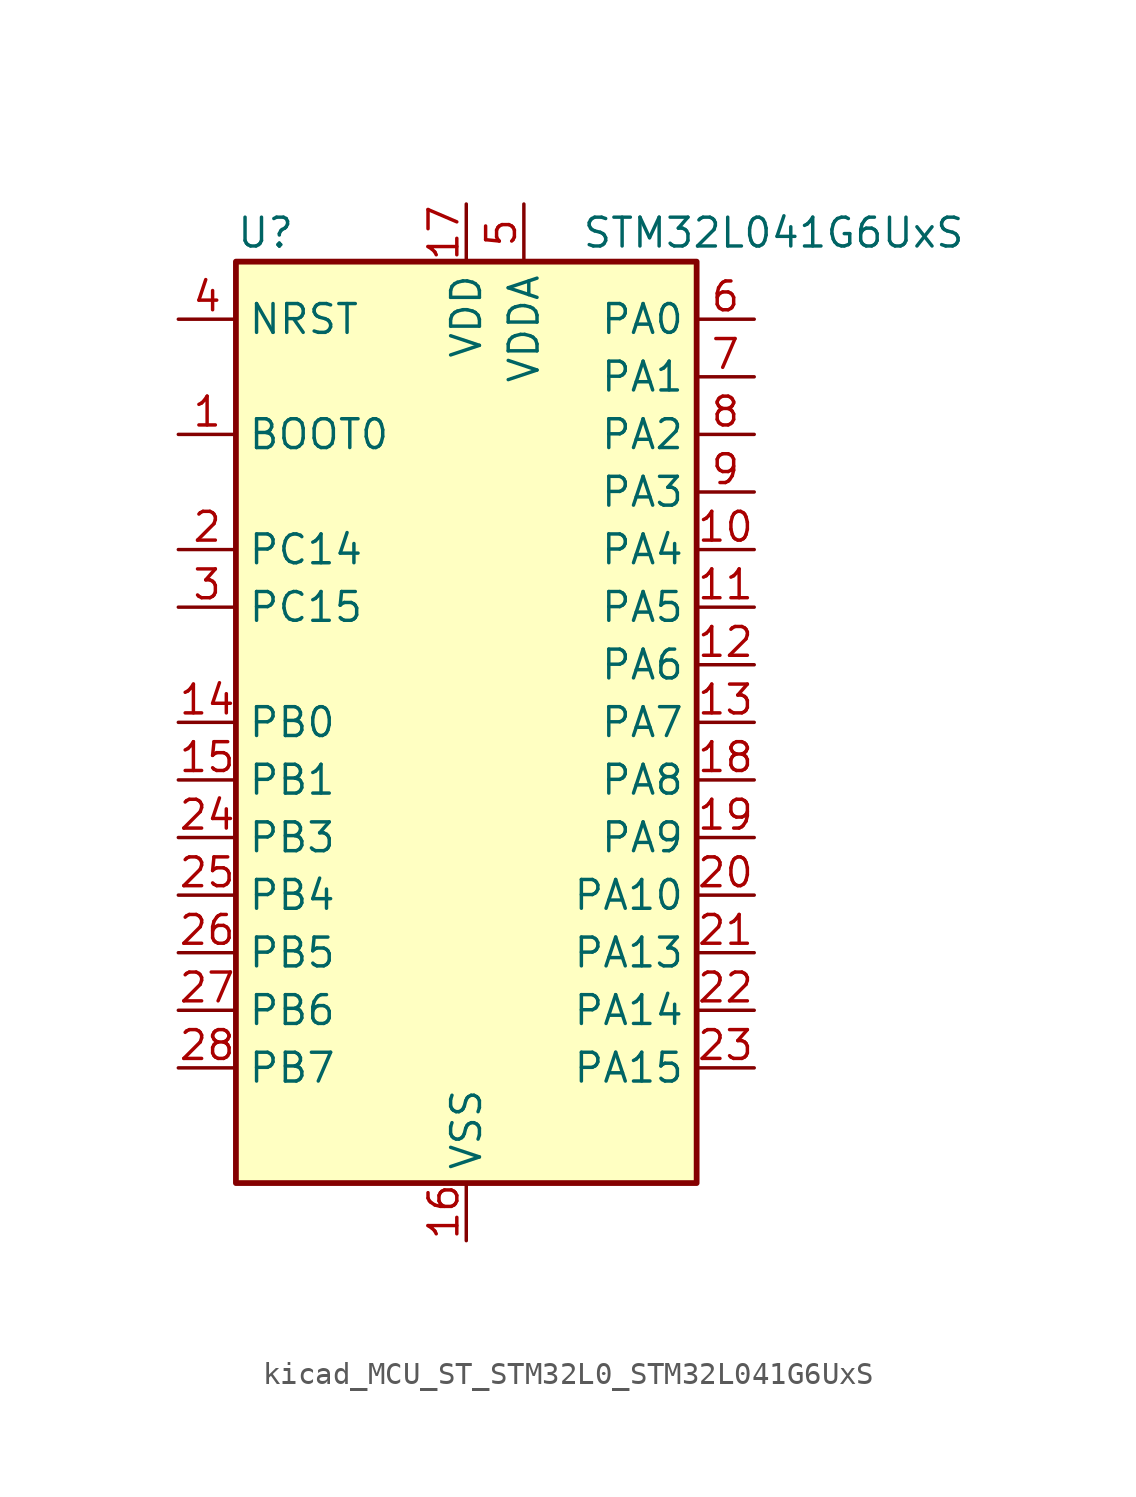
<source format=kicad_sym>
(kicad_symbol_lib
  (version 20220914)
  (generator kicad_symbol_editor)
  (symbol "kicad_MCU_ST_STM32L0_STM32L041G6UxS"
    (property "Reference" "U"
      (at -10.16 21.59 0)
      (effects (font (size 1.27 1.27)) (justify left)))
    (property "Value" "STM32L041G6UxS"
      (at 5.08 21.59 0)
      (effects (font (size 1.27 1.27)) (justify left)))
    (property "ki_locked" ""
      (at 0 0 0)
      (effects (font (size 1.27 1.27))))
    (symbol "kicad_MCU_ST_STM32L0_STM32L041G6UxS_0_1"
      (rectangle (start -10.16 -20.32) (end 10.16 20.32) (stroke (width 0.254) (type default)) (fill (type background))))
    (symbol "kicad_MCU_ST_STM32L0_STM32L041G6UxS_1_1"
      (pin input line (at -12.7 12.7 0) (length 2.54) (name "BOOT0" (effects (font (size 1.27 1.27)))) (number "1" (effects (font (size 1.27 1.27)))))
      (pin bidirectional line (at 12.7 7.62 180) (length 2.54) (name "PA4" (effects (font (size 1.27 1.27)))) (number "10" (effects (font (size 1.27 1.27)))) (alternate "ADC_IN4" bidirectional line) (alternate "COMP1_INM" bidirectional line) (alternate "COMP2_INM" bidirectional line) (alternate "LPTIM1_IN1" bidirectional line) (alternate "SPI1_NSS" bidirectional line) (alternate "TIM22_ETR" bidirectional line) (alternate "USART2_CK" bidirectional line))
      (pin bidirectional line (at 12.7 5.08 180) (length 2.54) (name "PA5" (effects (font (size 1.27 1.27)))) (number "11" (effects (font (size 1.27 1.27)))) (alternate "ADC_IN5" bidirectional line) (alternate "COMP1_INM" bidirectional line) (alternate "COMP2_INM" bidirectional line) (alternate "LPTIM1_IN2" bidirectional line) (alternate "SPI1_SCK" bidirectional line) (alternate "TIM2_CH1" bidirectional line) (alternate "TIM2_ETR" bidirectional line))
      (pin bidirectional line (at 12.7 2.54 180) (length 2.54) (name "PA6" (effects (font (size 1.27 1.27)))) (number "12" (effects (font (size 1.27 1.27)))) (alternate "ADC_IN6" bidirectional line) (alternate "COMP1_OUT" bidirectional line) (alternate "LPTIM1_ETR" bidirectional line) (alternate "LPUART1_CTS" bidirectional line) (alternate "SPI1_MISO" bidirectional line) (alternate "TIM22_CH1" bidirectional line))
      (pin bidirectional line (at 12.7 0 180) (length 2.54) (name "PA7" (effects (font (size 1.27 1.27)))) (number "13" (effects (font (size 1.27 1.27)))) (alternate "ADC_IN7" bidirectional line) (alternate "COMP2_OUT" bidirectional line) (alternate "LPTIM1_OUT" bidirectional line) (alternate "SPI1_MOSI" bidirectional line) (alternate "TIM22_CH2" bidirectional line) (alternate "USART2_CTS" bidirectional line))
      (pin bidirectional line (at -12.7 0 0) (length 2.54) (name "PB0" (effects (font (size 1.27 1.27)))) (number "14" (effects (font (size 1.27 1.27)))) (alternate "ADC_IN8" bidirectional line) (alternate "SPI1_MISO" bidirectional line) (alternate "SYS_VREF_OUT_PB0" bidirectional line) (alternate "TIM2_CH3" bidirectional line) (alternate "USART2_DE" bidirectional line) (alternate "USART2_RTS" bidirectional line))
      (pin bidirectional line (at -12.7 -2.54 0) (length 2.54) (name "PB1" (effects (font (size 1.27 1.27)))) (number "15" (effects (font (size 1.27 1.27)))) (alternate "ADC_IN9" bidirectional line) (alternate "LPUART1_DE" bidirectional line) (alternate "LPUART1_RTS" bidirectional line) (alternate "SPI1_MOSI" bidirectional line) (alternate "SYS_VREF_OUT_PB1" bidirectional line) (alternate "TIM2_CH4" bidirectional line) (alternate "USART2_CK" bidirectional line))
      (pin power_in line (at 0 -22.86 90) (length 2.54) (name "VSS" (effects (font (size 1.27 1.27)))) (number "16" (effects (font (size 1.27 1.27)))))
      (pin power_in line (at 0 22.86 270) (length 2.54) (name "VDD" (effects (font (size 1.27 1.27)))) (number "17" (effects (font (size 1.27 1.27)))))
      (pin bidirectional line (at 12.7 -2.54 180) (length 2.54) (name "PA8" (effects (font (size 1.27 1.27)))) (number "18" (effects (font (size 1.27 1.27)))) (alternate "LPTIM1_IN1" bidirectional line) (alternate "RCC_MCO" bidirectional line) (alternate "TIM2_CH1" bidirectional line) (alternate "USART2_CK" bidirectional line))
      (pin bidirectional line (at 12.7 -5.08 180) (length 2.54) (name "PA9" (effects (font (size 1.27 1.27)))) (number "19" (effects (font (size 1.27 1.27)))) (alternate "I2C1_SCL" bidirectional line) (alternate "RCC_MCO" bidirectional line) (alternate "TIM22_CH1" bidirectional line) (alternate "USART2_TX" bidirectional line))
      (pin bidirectional line (at -12.7 7.62 0) (length 2.54) (name "PC14" (effects (font (size 1.27 1.27)))) (number "2" (effects (font (size 1.27 1.27)))) (alternate "RCC_OSC32_IN" bidirectional line))
      (pin bidirectional line (at 12.7 -7.62 180) (length 2.54) (name "PA10" (effects (font (size 1.27 1.27)))) (number "20" (effects (font (size 1.27 1.27)))) (alternate "I2C1_SDA" bidirectional line) (alternate "TIM22_CH2" bidirectional line) (alternate "USART2_RX" bidirectional line))
      (pin bidirectional line (at 12.7 -10.16 180) (length 2.54) (name "PA13" (effects (font (size 1.27 1.27)))) (number "21" (effects (font (size 1.27 1.27)))) (alternate "LPTIM1_ETR" bidirectional line) (alternate "LPUART1_RX" bidirectional line) (alternate "SYS_SWDIO" bidirectional line))
      (pin bidirectional line (at 12.7 -12.7 180) (length 2.54) (name "PA14" (effects (font (size 1.27 1.27)))) (number "22" (effects (font (size 1.27 1.27)))) (alternate "I2C1_SMBA" bidirectional line) (alternate "LPTIM1_OUT" bidirectional line) (alternate "LPUART1_TX" bidirectional line) (alternate "SYS_SWCLK" bidirectional line) (alternate "USART2_TX" bidirectional line))
      (pin bidirectional line (at 12.7 -15.24 180) (length 2.54) (name "PA15" (effects (font (size 1.27 1.27)))) (number "23" (effects (font (size 1.27 1.27)))) (alternate "SPI1_NSS" bidirectional line) (alternate "TIM2_CH1" bidirectional line) (alternate "TIM2_ETR" bidirectional line) (alternate "USART2_RX" bidirectional line))
      (pin bidirectional line (at -12.7 -5.08 0) (length 2.54) (name "PB3" (effects (font (size 1.27 1.27)))) (number "24" (effects (font (size 1.27 1.27)))) (alternate "COMP2_INM" bidirectional line) (alternate "SPI1_SCK" bidirectional line) (alternate "TIM2_CH2" bidirectional line))
      (pin bidirectional line (at -12.7 -7.62 0) (length 2.54) (name "PB4" (effects (font (size 1.27 1.27)))) (number "25" (effects (font (size 1.27 1.27)))) (alternate "COMP2_INP" bidirectional line) (alternate "SPI1_MISO" bidirectional line) (alternate "TIM22_CH1" bidirectional line))
      (pin bidirectional line (at -12.7 -10.16 0) (length 2.54) (name "PB5" (effects (font (size 1.27 1.27)))) (number "26" (effects (font (size 1.27 1.27)))) (alternate "COMP2_INP" bidirectional line) (alternate "I2C1_SMBA" bidirectional line) (alternate "LPTIM1_IN1" bidirectional line) (alternate "SPI1_MOSI" bidirectional line) (alternate "TIM22_CH2" bidirectional line))
      (pin bidirectional line (at -12.7 -12.7 0) (length 2.54) (name "PB6" (effects (font (size 1.27 1.27)))) (number "27" (effects (font (size 1.27 1.27)))) (alternate "COMP2_INP" bidirectional line) (alternate "I2C1_SCL" bidirectional line) (alternate "LPTIM1_ETR" bidirectional line) (alternate "TIM21_CH1" bidirectional line) (alternate "USART2_TX" bidirectional line))
      (pin bidirectional line (at -12.7 -15.24 0) (length 2.54) (name "PB7" (effects (font (size 1.27 1.27)))) (number "28" (effects (font (size 1.27 1.27)))) (alternate "COMP2_INP" bidirectional line) (alternate "I2C1_SDA" bidirectional line) (alternate "LPTIM1_IN2" bidirectional line) (alternate "SYS_PVD_IN" bidirectional line) (alternate "USART2_RX" bidirectional line))
      (pin bidirectional line (at -12.7 5.08 0) (length 2.54) (name "PC15" (effects (font (size 1.27 1.27)))) (number "3" (effects (font (size 1.27 1.27)))) (alternate "RCC_OSC32_OUT" bidirectional line))
      (pin input line (at -12.7 17.78 0) (length 2.54) (name "NRST" (effects (font (size 1.27 1.27)))) (number "4" (effects (font (size 1.27 1.27)))))
      (pin power_in line (at 2.54 22.86 270) (length 2.54) (name "VDDA" (effects (font (size 1.27 1.27)))) (number "5" (effects (font (size 1.27 1.27)))))
      (pin bidirectional line (at 12.7 17.78 180) (length 2.54) (name "PA0" (effects (font (size 1.27 1.27)))) (number "6" (effects (font (size 1.27 1.27)))) (alternate "ADC_IN0" bidirectional line) (alternate "COMP1_INM" bidirectional line) (alternate "COMP1_OUT" bidirectional line) (alternate "LPTIM1_IN1" bidirectional line) (alternate "RCC_CK_IN" bidirectional line) (alternate "RTC_TAMP2" bidirectional line) (alternate "SYS_WKUP1" bidirectional line) (alternate "TIM2_CH1" bidirectional line) (alternate "TIM2_ETR" bidirectional line) (alternate "USART2_CTS" bidirectional line))
      (pin bidirectional line (at 12.7 15.24 180) (length 2.54) (name "PA1" (effects (font (size 1.27 1.27)))) (number "7" (effects (font (size 1.27 1.27)))) (alternate "ADC_IN1" bidirectional line) (alternate "COMP1_INP" bidirectional line) (alternate "I2C1_SMBA" bidirectional line) (alternate "LPTIM1_IN2" bidirectional line) (alternate "TIM21_ETR" bidirectional line) (alternate "TIM2_CH2" bidirectional line) (alternate "USART2_DE" bidirectional line) (alternate "USART2_RTS" bidirectional line))
      (pin bidirectional line (at 12.7 12.7 180) (length 2.54) (name "PA2" (effects (font (size 1.27 1.27)))) (number "8" (effects (font (size 1.27 1.27)))) (alternate "ADC_IN2" bidirectional line) (alternate "COMP2_INM" bidirectional line) (alternate "COMP2_OUT" bidirectional line) (alternate "LPUART1_TX" bidirectional line) (alternate "RTC_OUT_ALARM" bidirectional line) (alternate "RTC_OUT_CALIB" bidirectional line) (alternate "RTC_TAMP3" bidirectional line) (alternate "RTC_TS" bidirectional line) (alternate "SYS_WKUP3" bidirectional line) (alternate "TIM21_CH1" bidirectional line) (alternate "TIM2_CH3" bidirectional line) (alternate "USART2_TX" bidirectional line))
      (pin bidirectional line (at 12.7 10.16 180) (length 2.54) (name "PA3" (effects (font (size 1.27 1.27)))) (number "9" (effects (font (size 1.27 1.27)))) (alternate "ADC_IN3" bidirectional line) (alternate "COMP2_INP" bidirectional line) (alternate "LPUART1_RX" bidirectional line) (alternate "TIM21_CH2" bidirectional line) (alternate "TIM2_CH4" bidirectional line) (alternate "USART2_RX" bidirectional line)))))
</source>
